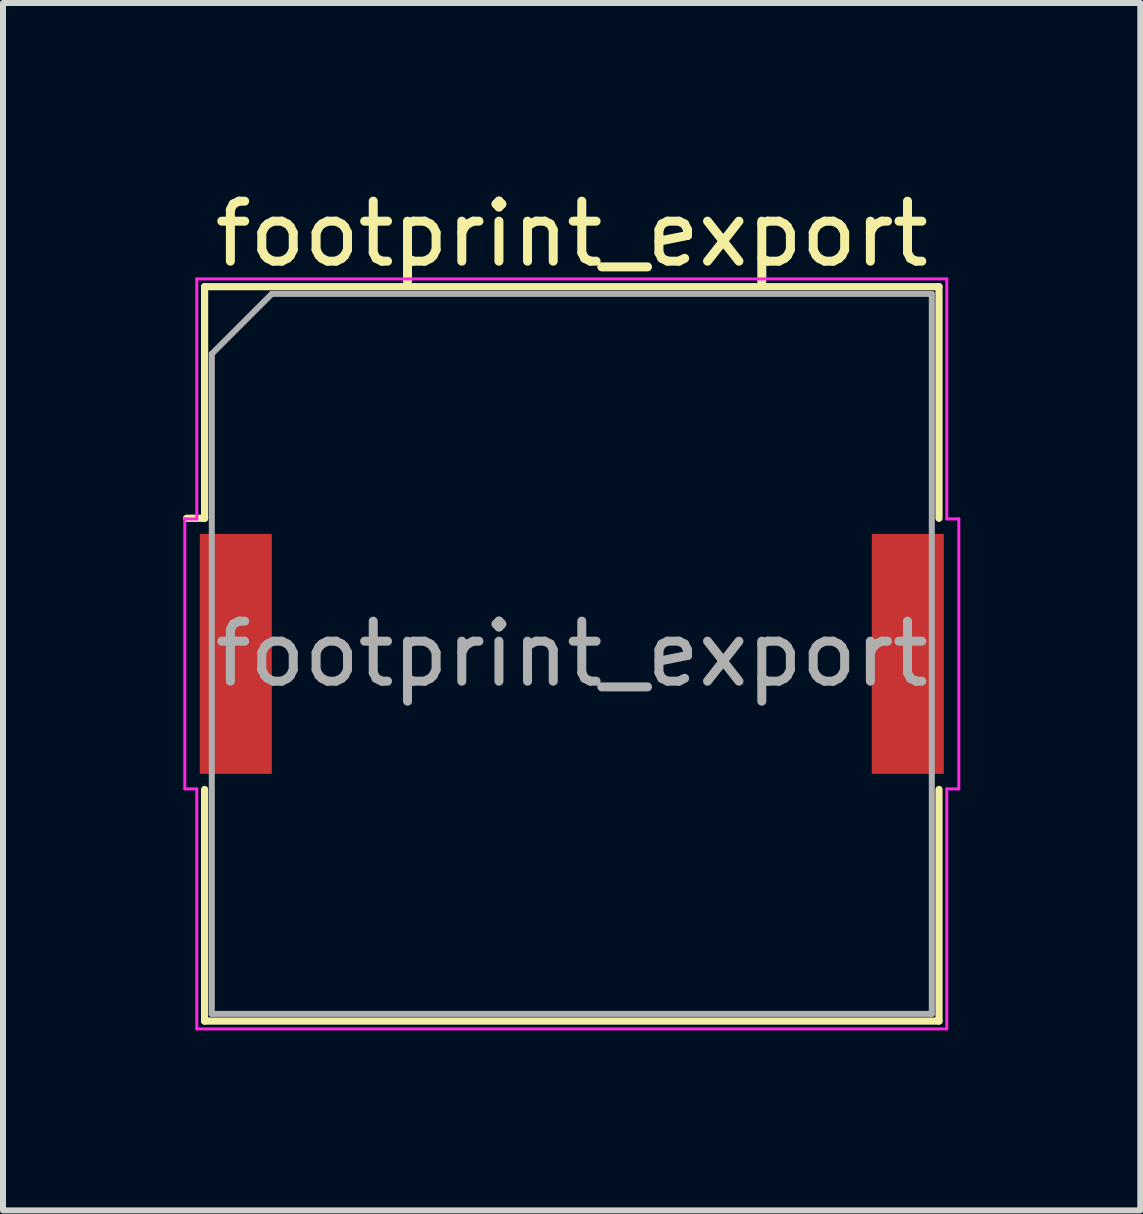
<source format=kicad_pcb>
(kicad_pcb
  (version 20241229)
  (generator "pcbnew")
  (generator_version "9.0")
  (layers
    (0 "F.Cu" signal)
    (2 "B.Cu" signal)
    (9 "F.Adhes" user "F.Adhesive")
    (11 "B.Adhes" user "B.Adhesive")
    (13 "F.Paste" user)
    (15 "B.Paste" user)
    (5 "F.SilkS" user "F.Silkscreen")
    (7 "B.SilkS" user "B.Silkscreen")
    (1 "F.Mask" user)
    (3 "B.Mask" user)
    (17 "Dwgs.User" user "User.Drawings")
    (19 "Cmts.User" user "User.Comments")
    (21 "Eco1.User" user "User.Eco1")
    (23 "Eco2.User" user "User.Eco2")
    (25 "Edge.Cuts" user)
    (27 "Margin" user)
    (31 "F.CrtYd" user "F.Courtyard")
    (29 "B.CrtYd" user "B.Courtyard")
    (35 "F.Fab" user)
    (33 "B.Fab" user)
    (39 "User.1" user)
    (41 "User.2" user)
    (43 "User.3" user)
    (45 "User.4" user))
  (footprint "footprint_export"
    (layer "F.Cu")
    (at 6.48 7.848)
    (property "Reference" "footprint_export" (at 0 -7 0) (layer "F.SilkS") (effects (font (size 1 1) (thickness 0.15))))
    (attr smd)
    (fp_line (start -6.12 -6.12) (end 6.12 -6.12) (stroke (width 0.12) (type solid)) (layer "F.SilkS"))
    (fp_line (start -6.12 -2.26) (end -6.42 -2.26) (stroke (width 0.12) (type solid)) (layer "F.SilkS"))
    (fp_line (start -6.12 -2.26) (end -6.12 -6.12) (stroke (width 0.12) (type solid)) (layer "F.SilkS"))
    (fp_line (start -6.12 6.12) (end -6.12 2.26) (stroke (width 0.12) (type solid)) (layer "F.SilkS"))
    (fp_line (start 6.12 -6.12) (end 6.12 -2.26) (stroke (width 0.12) (type solid)) (layer "F.SilkS"))
    (fp_line (start 6.12 2.26) (end 6.12 6.12) (stroke (width 0.12) (type solid)) (layer "F.SilkS"))
    (fp_line (start 6.12 6.12) (end -6.12 6.12) (stroke (width 0.12) (type solid)) (layer "F.SilkS"))
    (fp_line (start -6.45 2.25) (end -6.45 -2.25) (stroke (width 0.05) (type solid)) (layer "F.CrtYd"))
    (fp_line (start -6.25 -6.25) (end 6.25 -6.25) (stroke (width 0.05) (type solid)) (layer "F.CrtYd"))
    (fp_line (start -6.25 -2.25) (end -6.45 -2.25) (stroke (width 0.05) (type solid)) (layer "F.CrtYd"))
    (fp_line (start -6.25 -2.25) (end -6.25 -6.25) (stroke (width 0.05) (type solid)) (layer "F.CrtYd"))
    (fp_line (start -6.25 2.25) (end -6.45 2.25) (stroke (width 0.05) (type solid)) (layer "F.CrtYd"))
    (fp_line (start -6.25 6.25) (end -6.25 2.25) (stroke (width 0.05) (type solid)) (layer "F.CrtYd"))
    (fp_line (start 6.25 -2.25) (end 6.25 -6.25) (stroke (width 0.05) (type solid)) (layer "F.CrtYd"))
    (fp_line (start 6.25 -2.25) (end 6.45 -2.25) (stroke (width 0.05) (type solid)) (layer "F.CrtYd"))
    (fp_line (start 6.25 2.25) (end 6.45 2.25) (stroke (width 0.05) (type solid)) (layer "F.CrtYd"))
    (fp_line (start 6.25 6.25) (end -6.25 6.25) (stroke (width 0.05) (type solid)) (layer "F.CrtYd"))
    (fp_line (start 6.25 6.25) (end 6.25 2.25) (stroke (width 0.05) (type solid)) (layer "F.CrtYd"))
    (fp_line (start 6.45 2.25) (end 6.45 -2.25) (stroke (width 0.05) (type solid)) (layer "F.CrtYd"))
    (fp_line (start -6 -5) (end -5 -6) (stroke (width 0.1) (type solid)) (layer "F.Fab"))
    (fp_line (start -6 6) (end -6 -5) (stroke (width 0.1) (type solid)) (layer "F.Fab"))
    (fp_line (start -5 -6) (end 6 -6) (stroke (width 0.1) (type solid)) (layer "F.Fab"))
    (fp_line (start 6 -6) (end 6 6) (stroke (width 0.1) (type solid)) (layer "F.Fab"))
    (fp_line (start 6 6) (end -6 6) (stroke (width 0.1) (type solid)) (layer "F.Fab"))
    (fp_text user "${REFERENCE}" (at 0 0 0) (layer "F.Fab") (effects (font (size 1 1) (thickness 0.15))))
    (pad "1" smd rect (at -5.6 0) (size 1.2 4) (layers "F.Cu" "F.Mask" "F.Paste"))
    (pad "2" smd rect (at 5.6 0) (size 1.2 4) (layers "F.Cu" "F.Mask" "F.Paste")))
  (gr_rect
    (start -3 -3)
    (end 15.955 17.123)
    (stroke (width 0.1) (type default))
    (fill no)
    (layer "Edge.Cuts")))
</source>
